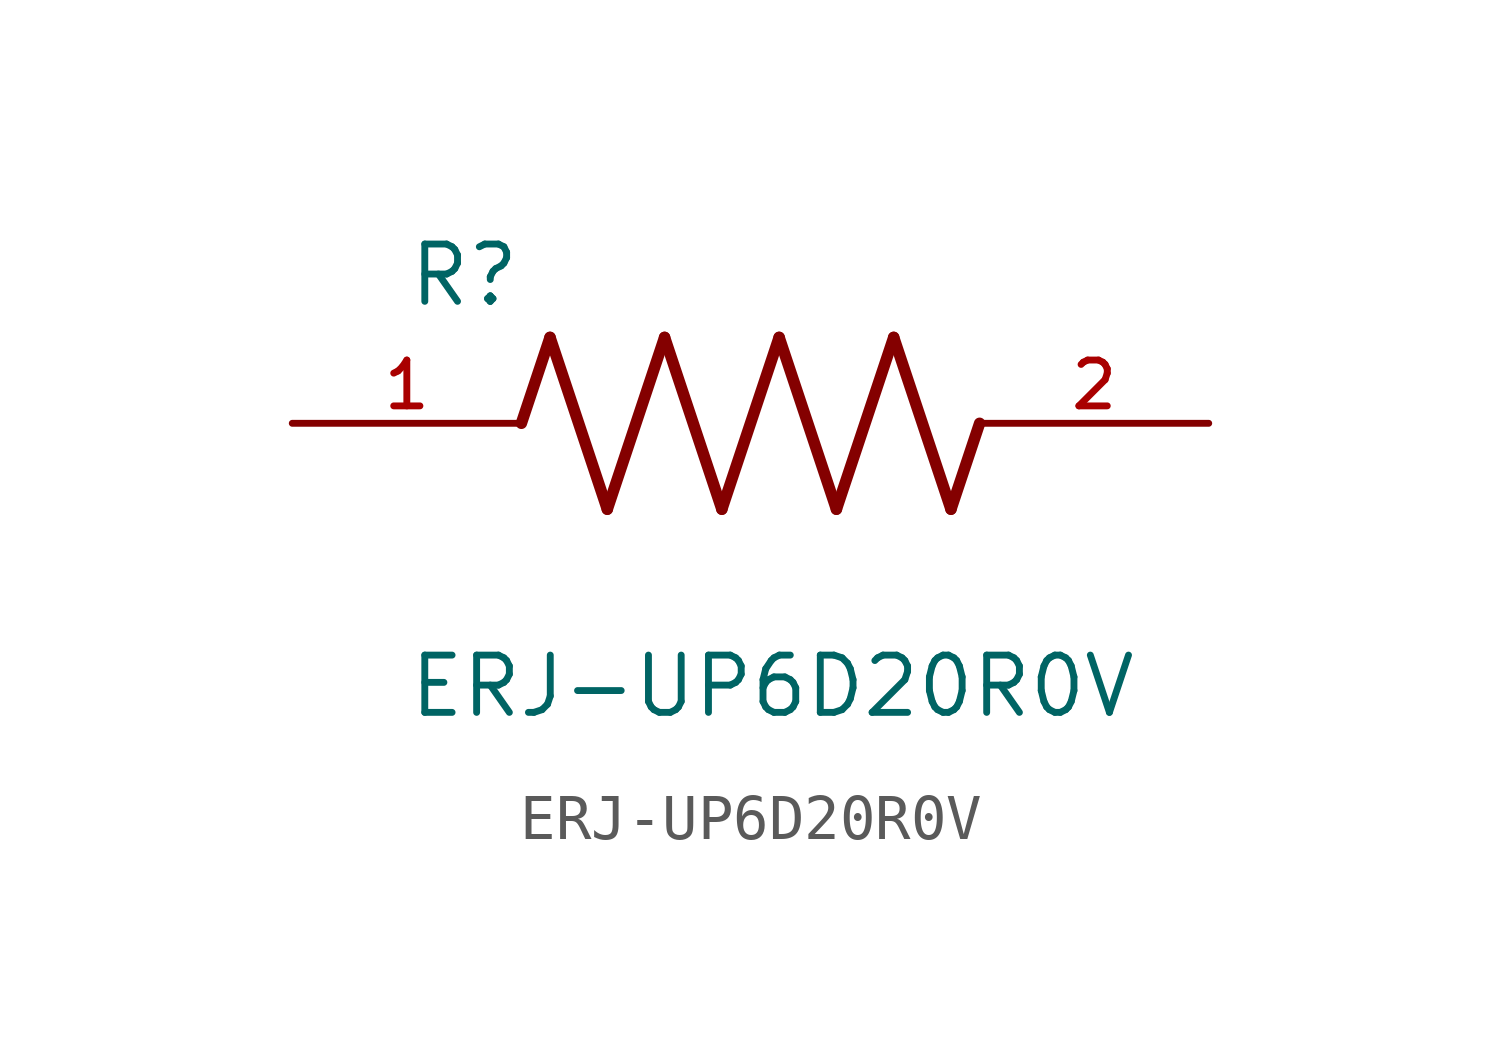
<source format=kicad_sym>
(kicad_symbol_lib
  (version 20211014)
  (generator kicad_symbol_editor)
  (symbol "ERJ-UP6D20R0V"
    (pin_names
      (offset 1.016))
    (property "Reference" "R"
      (at -7.624 2.541 0)
      (effects (font (size 1.27 1.27)) (justify bottom left)))
    (property "Value" "ERJ-UP6D20R0V"
      (at -7.624 -5.087 0)
      (effects (font (size 1.27 1.27)) (justify top left)))
    (symbol "ERJ-UP6D20R0V_0_0"
      (polyline (pts (xy -5.08 0.0) (xy -4.445 1.905)) (stroke (width 0.254)))
      (polyline (pts (xy -4.445 1.905) (xy -3.175 -1.905)) (stroke (width 0.254)))
      (polyline (pts (xy -3.175 -1.905) (xy -1.905 1.905)) (stroke (width 0.254)))
      (polyline (pts (xy -1.905 1.905) (xy -0.635 -1.905)) (stroke (width 0.254)))
      (polyline (pts (xy -0.635 -1.905) (xy 0.635 1.905)) (stroke (width 0.254)))
      (polyline (pts (xy 0.635 1.905) (xy 1.905 -1.905)) (stroke (width 0.254)))
      (polyline (pts (xy 1.905 -1.905) (xy 3.175 1.905)) (stroke (width 0.254)))
      (polyline (pts (xy 3.175 1.905) (xy 4.445 -1.905)) (stroke (width 0.254)))
      (polyline (pts (xy 4.445 -1.905) (xy 5.08 0.0)) (stroke (width 0.254)))
      (pin passive line (at -10.16 0.0 0) (length 5.08) (name "~" (effects (font (size 1.016 1.016)))) (number "1" (effects (font (size 1.016 1.016)))))
      (pin passive line (at 10.16 0.0 180.0) (length 5.08) (name "~" (effects (font (size 1.016 1.016)))) (number "2" (effects (font (size 1.016 1.016))))))))
</source>
